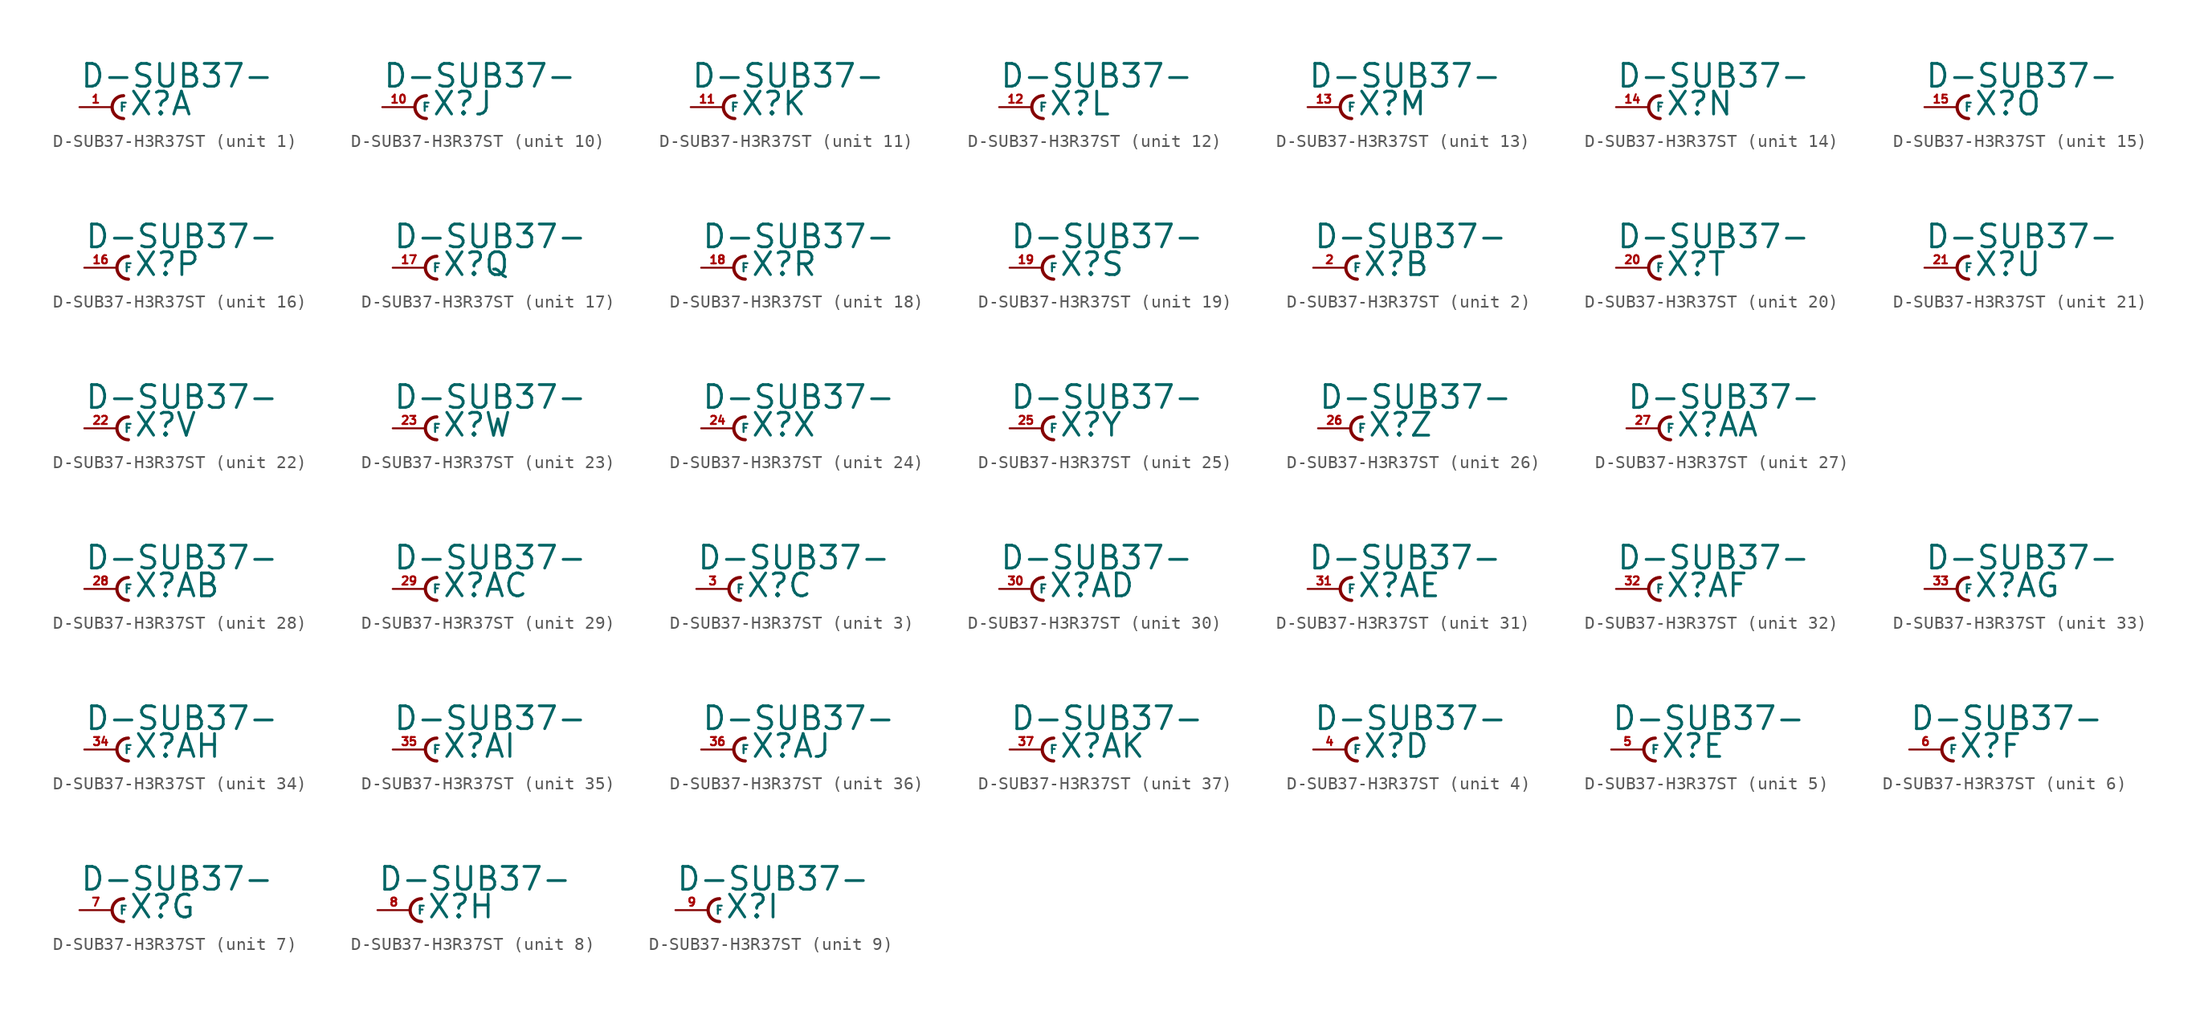
<source format=kicad_sym>
(kicad_symbol_lib
  (version 20220914)
  (generator Eagle2Kicad)
  (symbol "D-SUB37-H3R37ST"
    (property "Reference" "X"
      (at 1.27 -0.762 0)
      (effects (font (size 1.778 1.778) (thickness 0.22)) (justify left bottom)))
    (property "Value" "D-SUB37-"
      (at -2.54 1.397 0)
      (effects (font (size 1.778 1.778) (thickness 0.22)) (justify left bottom)))
    (symbol "D-SUB37-H3R37ST_1_0"
      (arc (start 0.889 0.889) (mid 0.000 0.000) (end 0.889 -0.889) (stroke (width 0.254) (type default)) (fill (type none)))
      (pin passive line (at -2.54 0 0) (length 2.54) (name "F" (effects (font (size 0.635 0.635) (thickness 0.08)) (justify left bottom))) (number "1" (effects (font (size 0.635 0.635) (thickness 0.08)) (justify left bottom)))))
    (symbol "D-SUB37-H3R37ST_2_0"
      (arc (start 0.889 0.889) (mid 0.000 0.000) (end 0.889 -0.889) (stroke (width 0.254) (type default)) (fill (type none)))
      (pin passive line (at -2.54 0 0) (length 2.54) (name "F" (effects (font (size 0.635 0.635) (thickness 0.08)) (justify left bottom))) (number "2" (effects (font (size 0.635 0.635) (thickness 0.08)) (justify left bottom)))))
    (symbol "D-SUB37-H3R37ST_3_0"
      (arc (start 0.889 0.889) (mid 0.000 0.000) (end 0.889 -0.889) (stroke (width 0.254) (type default)) (fill (type none)))
      (pin passive line (at -2.54 0 0) (length 2.54) (name "F" (effects (font (size 0.635 0.635) (thickness 0.08)) (justify left bottom))) (number "3" (effects (font (size 0.635 0.635) (thickness 0.08)) (justify left bottom)))))
    (symbol "D-SUB37-H3R37ST_4_0"
      (arc (start 0.889 0.889) (mid 0.000 0.000) (end 0.889 -0.889) (stroke (width 0.254) (type default)) (fill (type none)))
      (pin passive line (at -2.54 0 0) (length 2.54) (name "F" (effects (font (size 0.635 0.635) (thickness 0.08)) (justify left bottom))) (number "4" (effects (font (size 0.635 0.635) (thickness 0.08)) (justify left bottom)))))
    (symbol "D-SUB37-H3R37ST_5_0"
      (arc (start 0.889 0.889) (mid 0.000 0.000) (end 0.889 -0.889) (stroke (width 0.254) (type default)) (fill (type none)))
      (pin passive line (at -2.54 0 0) (length 2.54) (name "F" (effects (font (size 0.635 0.635) (thickness 0.08)) (justify left bottom))) (number "5" (effects (font (size 0.635 0.635) (thickness 0.08)) (justify left bottom)))))
    (symbol "D-SUB37-H3R37ST_6_0"
      (arc (start 0.889 0.889) (mid 0.000 0.000) (end 0.889 -0.889) (stroke (width 0.254) (type default)) (fill (type none)))
      (pin passive line (at -2.54 0 0) (length 2.54) (name "F" (effects (font (size 0.635 0.635) (thickness 0.08)) (justify left bottom))) (number "6" (effects (font (size 0.635 0.635) (thickness 0.08)) (justify left bottom)))))
    (symbol "D-SUB37-H3R37ST_7_0"
      (arc (start 0.889 0.889) (mid 0.000 0.000) (end 0.889 -0.889) (stroke (width 0.254) (type default)) (fill (type none)))
      (pin passive line (at -2.54 0 0) (length 2.54) (name "F" (effects (font (size 0.635 0.635) (thickness 0.08)) (justify left bottom))) (number "7" (effects (font (size 0.635 0.635) (thickness 0.08)) (justify left bottom)))))
    (symbol "D-SUB37-H3R37ST_8_0"
      (arc (start 0.889 0.889) (mid 0.000 0.000) (end 0.889 -0.889) (stroke (width 0.254) (type default)) (fill (type none)))
      (pin passive line (at -2.54 0 0) (length 2.54) (name "F" (effects (font (size 0.635 0.635) (thickness 0.08)) (justify left bottom))) (number "8" (effects (font (size 0.635 0.635) (thickness 0.08)) (justify left bottom)))))
    (symbol "D-SUB37-H3R37ST_9_0"
      (arc (start 0.889 0.889) (mid 0.000 0.000) (end 0.889 -0.889) (stroke (width 0.254) (type default)) (fill (type none)))
      (pin passive line (at -2.54 0 0) (length 2.54) (name "F" (effects (font (size 0.635 0.635) (thickness 0.08)) (justify left bottom))) (number "9" (effects (font (size 0.635 0.635) (thickness 0.08)) (justify left bottom)))))
    (symbol "D-SUB37-H3R37ST_10_0"
      (arc (start 0.889 0.889) (mid 0.000 0.000) (end 0.889 -0.889) (stroke (width 0.254) (type default)) (fill (type none)))
      (pin passive line (at -2.54 0 0) (length 2.54) (name "F" (effects (font (size 0.635 0.635) (thickness 0.08)) (justify left bottom))) (number "10" (effects (font (size 0.635 0.635) (thickness 0.08)) (justify left bottom)))))
    (symbol "D-SUB37-H3R37ST_11_0"
      (arc (start 0.889 0.889) (mid 0.000 0.000) (end 0.889 -0.889) (stroke (width 0.254) (type default)) (fill (type none)))
      (pin passive line (at -2.54 0 0) (length 2.54) (name "F" (effects (font (size 0.635 0.635) (thickness 0.08)) (justify left bottom))) (number "11" (effects (font (size 0.635 0.635) (thickness 0.08)) (justify left bottom)))))
    (symbol "D-SUB37-H3R37ST_12_0"
      (arc (start 0.889 0.889) (mid 0.000 0.000) (end 0.889 -0.889) (stroke (width 0.254) (type default)) (fill (type none)))
      (pin passive line (at -2.54 0 0) (length 2.54) (name "F" (effects (font (size 0.635 0.635) (thickness 0.08)) (justify left bottom))) (number "12" (effects (font (size 0.635 0.635) (thickness 0.08)) (justify left bottom)))))
    (symbol "D-SUB37-H3R37ST_13_0"
      (arc (start 0.889 0.889) (mid 0.000 0.000) (end 0.889 -0.889) (stroke (width 0.254) (type default)) (fill (type none)))
      (pin passive line (at -2.54 0 0) (length 2.54) (name "F" (effects (font (size 0.635 0.635) (thickness 0.08)) (justify left bottom))) (number "13" (effects (font (size 0.635 0.635) (thickness 0.08)) (justify left bottom)))))
    (symbol "D-SUB37-H3R37ST_14_0"
      (arc (start 0.889 0.889) (mid 0.000 0.000) (end 0.889 -0.889) (stroke (width 0.254) (type default)) (fill (type none)))
      (pin passive line (at -2.54 0 0) (length 2.54) (name "F" (effects (font (size 0.635 0.635) (thickness 0.08)) (justify left bottom))) (number "14" (effects (font (size 0.635 0.635) (thickness 0.08)) (justify left bottom)))))
    (symbol "D-SUB37-H3R37ST_15_0"
      (arc (start 0.889 0.889) (mid 0.000 0.000) (end 0.889 -0.889) (stroke (width 0.254) (type default)) (fill (type none)))
      (pin passive line (at -2.54 0 0) (length 2.54) (name "F" (effects (font (size 0.635 0.635) (thickness 0.08)) (justify left bottom))) (number "15" (effects (font (size 0.635 0.635) (thickness 0.08)) (justify left bottom)))))
    (symbol "D-SUB37-H3R37ST_16_0"
      (arc (start 0.889 0.889) (mid 0.000 0.000) (end 0.889 -0.889) (stroke (width 0.254) (type default)) (fill (type none)))
      (pin passive line (at -2.54 0 0) (length 2.54) (name "F" (effects (font (size 0.635 0.635) (thickness 0.08)) (justify left bottom))) (number "16" (effects (font (size 0.635 0.635) (thickness 0.08)) (justify left bottom)))))
    (symbol "D-SUB37-H3R37ST_17_0"
      (arc (start 0.889 0.889) (mid 0.000 0.000) (end 0.889 -0.889) (stroke (width 0.254) (type default)) (fill (type none)))
      (pin passive line (at -2.54 0 0) (length 2.54) (name "F" (effects (font (size 0.635 0.635) (thickness 0.08)) (justify left bottom))) (number "17" (effects (font (size 0.635 0.635) (thickness 0.08)) (justify left bottom)))))
    (symbol "D-SUB37-H3R37ST_18_0"
      (arc (start 0.889 0.889) (mid 0.000 0.000) (end 0.889 -0.889) (stroke (width 0.254) (type default)) (fill (type none)))
      (pin passive line (at -2.54 0 0) (length 2.54) (name "F" (effects (font (size 0.635 0.635) (thickness 0.08)) (justify left bottom))) (number "18" (effects (font (size 0.635 0.635) (thickness 0.08)) (justify left bottom)))))
    (symbol "D-SUB37-H3R37ST_19_0"
      (arc (start 0.889 0.889) (mid 0.000 0.000) (end 0.889 -0.889) (stroke (width 0.254) (type default)) (fill (type none)))
      (pin passive line (at -2.54 0 0) (length 2.54) (name "F" (effects (font (size 0.635 0.635) (thickness 0.08)) (justify left bottom))) (number "19" (effects (font (size 0.635 0.635) (thickness 0.08)) (justify left bottom)))))
    (symbol "D-SUB37-H3R37ST_20_0"
      (arc (start 0.889 0.889) (mid 0.000 0.000) (end 0.889 -0.889) (stroke (width 0.254) (type default)) (fill (type none)))
      (pin passive line (at -2.54 0 0) (length 2.54) (name "F" (effects (font (size 0.635 0.635) (thickness 0.08)) (justify left bottom))) (number "20" (effects (font (size 0.635 0.635) (thickness 0.08)) (justify left bottom)))))
    (symbol "D-SUB37-H3R37ST_21_0"
      (arc (start 0.889 0.889) (mid 0.000 0.000) (end 0.889 -0.889) (stroke (width 0.254) (type default)) (fill (type none)))
      (pin passive line (at -2.54 0 0) (length 2.54) (name "F" (effects (font (size 0.635 0.635) (thickness 0.08)) (justify left bottom))) (number "21" (effects (font (size 0.635 0.635) (thickness 0.08)) (justify left bottom)))))
    (symbol "D-SUB37-H3R37ST_22_0"
      (arc (start 0.889 0.889) (mid 0.000 0.000) (end 0.889 -0.889) (stroke (width 0.254) (type default)) (fill (type none)))
      (pin passive line (at -2.54 0 0) (length 2.54) (name "F" (effects (font (size 0.635 0.635) (thickness 0.08)) (justify left bottom))) (number "22" (effects (font (size 0.635 0.635) (thickness 0.08)) (justify left bottom)))))
    (symbol "D-SUB37-H3R37ST_23_0"
      (arc (start 0.889 0.889) (mid 0.000 0.000) (end 0.889 -0.889) (stroke (width 0.254) (type default)) (fill (type none)))
      (pin passive line (at -2.54 0 0) (length 2.54) (name "F" (effects (font (size 0.635 0.635) (thickness 0.08)) (justify left bottom))) (number "23" (effects (font (size 0.635 0.635) (thickness 0.08)) (justify left bottom)))))
    (symbol "D-SUB37-H3R37ST_24_0"
      (arc (start 0.889 0.889) (mid 0.000 0.000) (end 0.889 -0.889) (stroke (width 0.254) (type default)) (fill (type none)))
      (pin passive line (at -2.54 0 0) (length 2.54) (name "F" (effects (font (size 0.635 0.635) (thickness 0.08)) (justify left bottom))) (number "24" (effects (font (size 0.635 0.635) (thickness 0.08)) (justify left bottom)))))
    (symbol "D-SUB37-H3R37ST_25_0"
      (arc (start 0.889 0.889) (mid 0.000 0.000) (end 0.889 -0.889) (stroke (width 0.254) (type default)) (fill (type none)))
      (pin passive line (at -2.54 0 0) (length 2.54) (name "F" (effects (font (size 0.635 0.635) (thickness 0.08)) (justify left bottom))) (number "25" (effects (font (size 0.635 0.635) (thickness 0.08)) (justify left bottom)))))
    (symbol "D-SUB37-H3R37ST_26_0"
      (arc (start 0.889 0.889) (mid 0.000 0.000) (end 0.889 -0.889) (stroke (width 0.254) (type default)) (fill (type none)))
      (pin passive line (at -2.54 0 0) (length 2.54) (name "F" (effects (font (size 0.635 0.635) (thickness 0.08)) (justify left bottom))) (number "26" (effects (font (size 0.635 0.635) (thickness 0.08)) (justify left bottom)))))
    (symbol "D-SUB37-H3R37ST_27_0"
      (arc (start 0.889 0.889) (mid 0.000 0.000) (end 0.889 -0.889) (stroke (width 0.254) (type default)) (fill (type none)))
      (pin passive line (at -2.54 0 0) (length 2.54) (name "F" (effects (font (size 0.635 0.635) (thickness 0.08)) (justify left bottom))) (number "27" (effects (font (size 0.635 0.635) (thickness 0.08)) (justify left bottom)))))
    (symbol "D-SUB37-H3R37ST_28_0"
      (arc (start 0.889 0.889) (mid 0.000 0.000) (end 0.889 -0.889) (stroke (width 0.254) (type default)) (fill (type none)))
      (pin passive line (at -2.54 0 0) (length 2.54) (name "F" (effects (font (size 0.635 0.635) (thickness 0.08)) (justify left bottom))) (number "28" (effects (font (size 0.635 0.635) (thickness 0.08)) (justify left bottom)))))
    (symbol "D-SUB37-H3R37ST_29_0"
      (arc (start 0.889 0.889) (mid 0.000 0.000) (end 0.889 -0.889) (stroke (width 0.254) (type default)) (fill (type none)))
      (pin passive line (at -2.54 0 0) (length 2.54) (name "F" (effects (font (size 0.635 0.635) (thickness 0.08)) (justify left bottom))) (number "29" (effects (font (size 0.635 0.635) (thickness 0.08)) (justify left bottom)))))
    (symbol "D-SUB37-H3R37ST_30_0"
      (arc (start 0.889 0.889) (mid 0.000 0.000) (end 0.889 -0.889) (stroke (width 0.254) (type default)) (fill (type none)))
      (pin passive line (at -2.54 0 0) (length 2.54) (name "F" (effects (font (size 0.635 0.635) (thickness 0.08)) (justify left bottom))) (number "30" (effects (font (size 0.635 0.635) (thickness 0.08)) (justify left bottom)))))
    (symbol "D-SUB37-H3R37ST_31_0"
      (arc (start 0.889 0.889) (mid 0.000 0.000) (end 0.889 -0.889) (stroke (width 0.254) (type default)) (fill (type none)))
      (pin passive line (at -2.54 0 0) (length 2.54) (name "F" (effects (font (size 0.635 0.635) (thickness 0.08)) (justify left bottom))) (number "31" (effects (font (size 0.635 0.635) (thickness 0.08)) (justify left bottom)))))
    (symbol "D-SUB37-H3R37ST_32_0"
      (arc (start 0.889 0.889) (mid 0.000 0.000) (end 0.889 -0.889) (stroke (width 0.254) (type default)) (fill (type none)))
      (pin passive line (at -2.54 0 0) (length 2.54) (name "F" (effects (font (size 0.635 0.635) (thickness 0.08)) (justify left bottom))) (number "32" (effects (font (size 0.635 0.635) (thickness 0.08)) (justify left bottom)))))
    (symbol "D-SUB37-H3R37ST_33_0"
      (arc (start 0.889 0.889) (mid 0.000 0.000) (end 0.889 -0.889) (stroke (width 0.254) (type default)) (fill (type none)))
      (pin passive line (at -2.54 0 0) (length 2.54) (name "F" (effects (font (size 0.635 0.635) (thickness 0.08)) (justify left bottom))) (number "33" (effects (font (size 0.635 0.635) (thickness 0.08)) (justify left bottom)))))
    (symbol "D-SUB37-H3R37ST_34_0"
      (arc (start 0.889 0.889) (mid 0.000 0.000) (end 0.889 -0.889) (stroke (width 0.254) (type default)) (fill (type none)))
      (pin passive line (at -2.54 0 0) (length 2.54) (name "F" (effects (font (size 0.635 0.635) (thickness 0.08)) (justify left bottom))) (number "34" (effects (font (size 0.635 0.635) (thickness 0.08)) (justify left bottom)))))
    (symbol "D-SUB37-H3R37ST_35_0"
      (arc (start 0.889 0.889) (mid 0.000 0.000) (end 0.889 -0.889) (stroke (width 0.254) (type default)) (fill (type none)))
      (pin passive line (at -2.54 0 0) (length 2.54) (name "F" (effects (font (size 0.635 0.635) (thickness 0.08)) (justify left bottom))) (number "35" (effects (font (size 0.635 0.635) (thickness 0.08)) (justify left bottom)))))
    (symbol "D-SUB37-H3R37ST_36_0"
      (arc (start 0.889 0.889) (mid 0.000 0.000) (end 0.889 -0.889) (stroke (width 0.254) (type default)) (fill (type none)))
      (pin passive line (at -2.54 0 0) (length 2.54) (name "F" (effects (font (size 0.635 0.635) (thickness 0.08)) (justify left bottom))) (number "36" (effects (font (size 0.635 0.635) (thickness 0.08)) (justify left bottom)))))
    (symbol "D-SUB37-H3R37ST_37_0"
      (arc (start 0.889 0.889) (mid 0.000 0.000) (end 0.889 -0.889) (stroke (width 0.254) (type default)) (fill (type none)))
      (pin passive line (at -2.54 0 0) (length 2.54) (name "F" (effects (font (size 0.635 0.635) (thickness 0.08)) (justify left bottom))) (number "37" (effects (font (size 0.635 0.635) (thickness 0.08)) (justify left bottom)))))))
</source>
